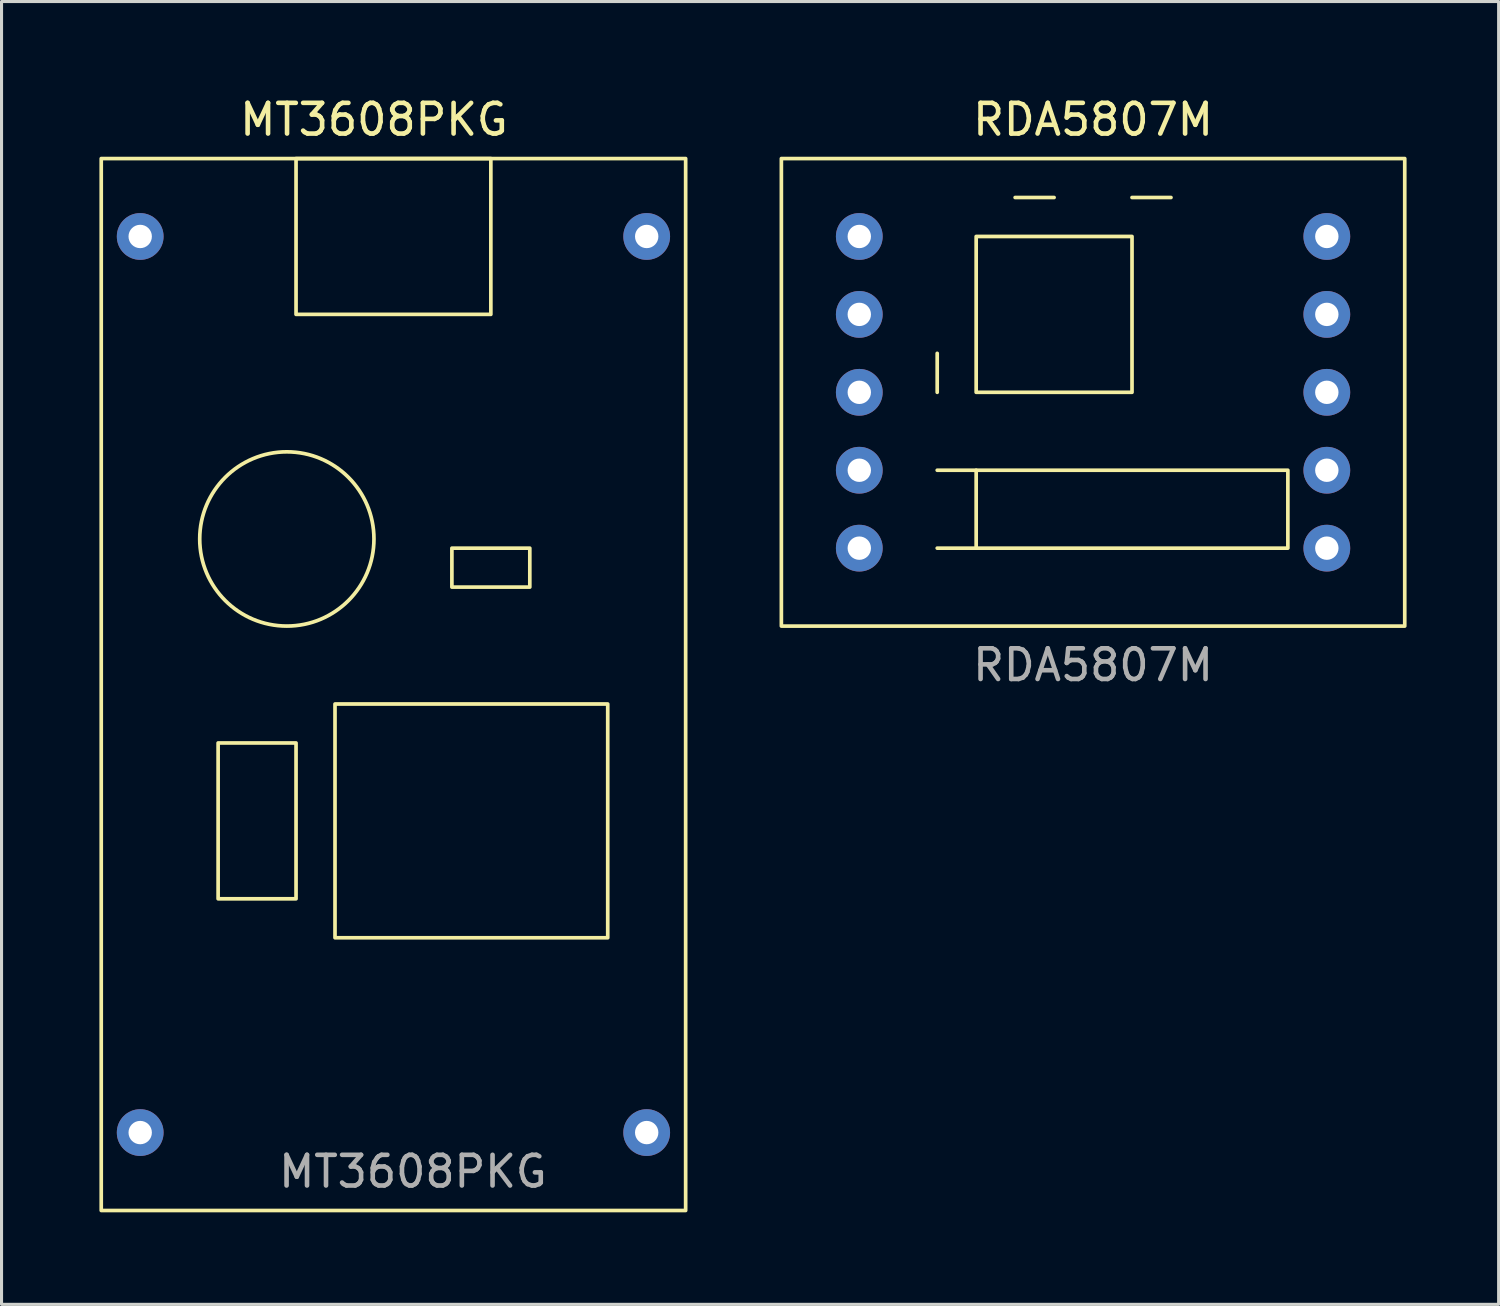
<source format=kicad_pcb>
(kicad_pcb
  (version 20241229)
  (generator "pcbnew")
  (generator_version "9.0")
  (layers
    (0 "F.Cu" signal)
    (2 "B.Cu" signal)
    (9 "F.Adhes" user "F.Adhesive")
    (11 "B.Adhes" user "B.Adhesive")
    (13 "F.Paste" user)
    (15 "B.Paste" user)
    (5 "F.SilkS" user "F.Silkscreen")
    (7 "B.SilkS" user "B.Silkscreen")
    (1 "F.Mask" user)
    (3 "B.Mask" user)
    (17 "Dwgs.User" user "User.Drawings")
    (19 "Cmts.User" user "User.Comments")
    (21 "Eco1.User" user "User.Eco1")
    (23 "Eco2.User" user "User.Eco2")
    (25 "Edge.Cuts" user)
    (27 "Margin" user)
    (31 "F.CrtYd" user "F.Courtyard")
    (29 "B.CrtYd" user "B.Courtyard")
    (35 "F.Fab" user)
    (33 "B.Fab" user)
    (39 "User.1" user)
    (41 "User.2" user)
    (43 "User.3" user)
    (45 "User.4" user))
  (footprint "RDA5807M"
    (layer "F.Cu")
    (at 32.58 4.658)
    (property "Reference" "RDA5807M" (at 0 -3.81 0) (unlocked yes) (layer "F.SilkS") (effects (font (size 1 1) (thickness 0.15))))
    (attr through_hole)
    (fp_line (start -5.08 3.81) (end -5.08 5.08) (stroke (width 0.12) (type solid)) (layer "F.SilkS"))
    (fp_line (start -3.81 7.62) (end -5.08 7.62) (stroke (width 0.12) (type solid)) (layer "F.SilkS"))
    (fp_line (start -3.81 10.16) (end -5.08 10.16) (stroke (width 0.12) (type solid)) (layer "F.SilkS"))
    (fp_line (start -2.54 -1.27) (end -1.27 -1.27) (stroke (width 0.12) (type solid)) (layer "F.SilkS"))
    (fp_line (start 1.27 -1.27) (end 2.54 -1.27) (stroke (width 0.12) (type solid)) (layer "F.SilkS"))
    (fp_rect (start -3.81 0) (end 1.27 5.08) (stroke (width 0.12) (type solid)) (fill no) (layer "F.SilkS"))
    (fp_rect (start -3.81 7.62) (end 6.35 10.16) (stroke (width 0.12) (type solid)) (fill no) (layer "F.SilkS"))
    (fp_rect (start 10.16 12.7) (end -10.16 -2.54) (stroke (width 0.12) (type solid)) (fill no) (layer "F.SilkS"))
    (fp_text user "${REFERENCE}" (at 0 13.97 0) (unlocked yes) (layer "F.Fab") (effects (font (size 1 1) (thickness 0.15))))
    (pad "1" thru_hole circle (at -7.62 0) (size 1.524 1.524) (drill 0.762) (layers "*.Cu" "*.Mask"))
    (pad "2" thru_hole circle (at -7.62 2.54) (size 1.524 1.524) (drill 0.762) (layers "*.Cu" "*.Mask"))
    (pad "3" thru_hole circle (at -7.62 5.08) (size 1.524 1.524) (drill 0.762) (layers "*.Cu" "*.Mask"))
    (pad "4" thru_hole circle (at -7.62 7.62) (size 1.524 1.524) (drill 0.762) (layers "*.Cu" "*.Mask"))
    (pad "5" thru_hole circle (at -7.62 10.16) (size 1.524 1.524) (drill 0.762) (layers "*.Cu" "*.Mask"))
    (pad "6" thru_hole circle (at 7.62 10.16) (size 1.524 1.524) (drill 0.762) (layers "*.Cu" "*.Mask"))
    (pad "7" thru_hole circle (at 7.62 7.62) (size 1.524 1.524) (drill 0.762) (layers "*.Cu" "*.Mask"))
    (pad "8" thru_hole circle (at 7.62 5.08) (size 1.524 1.524) (drill 0.762) (layers "*.Cu" "*.Mask"))
    (pad "9" thru_hole circle (at 7.62 2.54) (size 1.524 1.524) (drill 0.762) (layers "*.Cu" "*.Mask"))
    (pad "10" thru_hole circle (at 7.62 0) (size 1.524 1.524) (drill 0.762) (layers "*.Cu" "*.Mask")))
  (footprint "MT3608PKG"
    (layer "F.Cu")
    (at 0.25 2.118)
    (property "Reference" "MT3608PKG" (at 8.89 -1.27 0) (unlocked yes) (layer "F.SilkS") (effects (font (size 1 1) (thickness 0.15))))
    (attr through_hole)
    (fp_rect (start 0 0) (end 19.05 34.29) (stroke (width 0.12) (type solid)) (fill no) (layer "F.SilkS"))
    (fp_rect (start 6.35 0) (end 12.7 5.08) (stroke (width 0.12) (type solid)) (fill no) (layer "F.SilkS"))
    (fp_rect (start 6.35 24.13) (end 3.81 19.05) (stroke (width 0.12) (type solid)) (fill no) (layer "F.SilkS"))
    (fp_rect (start 11.43 13.97) (end 13.97 12.7) (stroke (width 0.12) (type solid)) (fill no) (layer "F.SilkS"))
    (fp_rect (start 16.51 25.4) (end 7.62 17.78) (stroke (width 0.12) (type solid)) (fill no) (layer "F.SilkS"))
    (fp_circle (center 6.05 12.4) (end 4.78 14.94) (stroke (width 0.12) (type solid)) (fill no) (layer "F.SilkS"))
    (fp_text user "${REFERENCE}" (at 10.16 33.02 0) (unlocked yes) (layer "F.Fab") (effects (font (size 1 1) (thickness 0.15))))
    (pad "1" thru_hole circle (at 17.78 2.54) (size 1.524 1.524) (drill 0.762) (layers "*.Cu" "*.Mask"))
    (pad "2" thru_hole circle (at 1.27 2.54) (size 1.524 1.524) (drill 0.762) (layers "*.Cu" "*.Mask"))
    (pad "3" thru_hole circle (at 17.78 31.75) (size 1.524 1.524) (drill 0.762) (layers "*.Cu" "*.Mask"))
    (pad "4" thru_hole circle (at 1.27 31.75) (size 1.524 1.524) (drill 0.762) (layers "*.Cu" "*.Mask")))
  (gr_rect
    (start -3 -3)
    (end 45.8 39.468)
    (stroke (width 0.1) (type default))
    (fill no)
    (layer "Edge.Cuts")))
</source>
